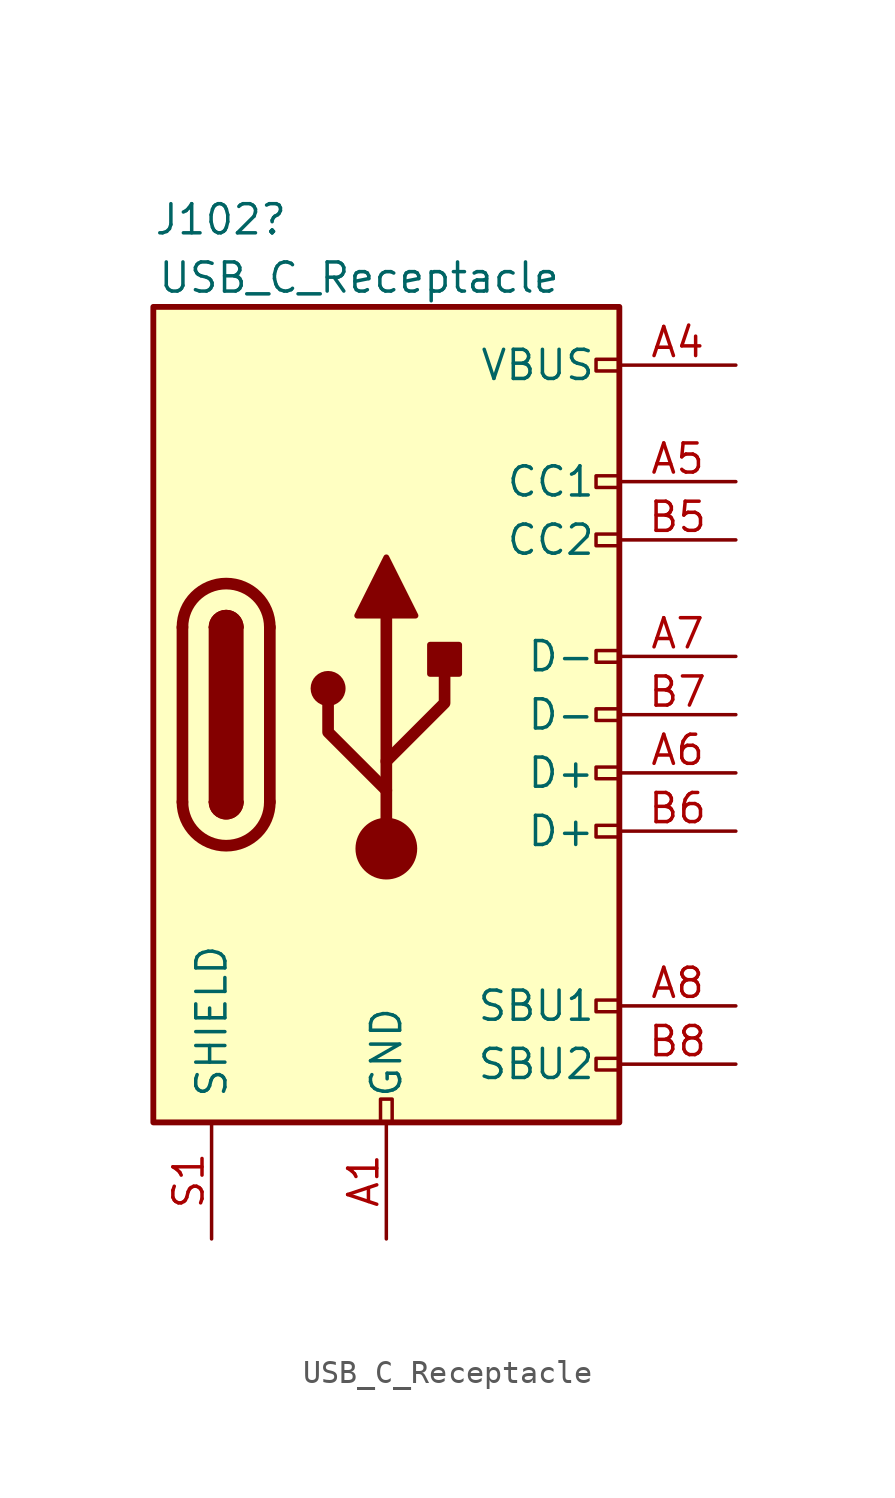
<source format=kicad_sym>
(kicad_symbol_lib
  (version 20211014)
  (generator kicad_symbol_editor)
  (symbol "USB_C_Receptacle"
    (pin_names
      (offset 1.016))
    (property "Reference" "J102"
      (at -10.16 21.59 0)
      (effects (font (size 1.27 1.27)) (justify left)))
    (property "Value" "USB_C_Receptacle"
      (at 7.62 19.05 0)
      (effects (font (size 1.27 1.27)) (justify right)))
    (symbol "USB_C_Receptacle_0_0"
      (rectangle (start -0.254 -17.78) (end 0.254 -16.764) (stroke (width 0) (type default) (color 0 0 0 0)) (fill (type none)))
      (rectangle (start 10.16 -14.986) (end 9.144 -15.494) (stroke (width 0) (type default) (color 0 0 0 0)) (fill (type none)))
      (rectangle (start 10.16 -12.446) (end 9.144 -12.954) (stroke (width 0) (type default) (color 0 0 0 0)) (fill (type none)))
      (rectangle (start 10.16 -4.826) (end 9.144 -5.334) (stroke (width 0) (type default) (color 0 0 0 0)) (fill (type none)))
      (rectangle (start 10.16 -2.286) (end 9.144 -2.794) (stroke (width 0) (type default) (color 0 0 0 0)) (fill (type none)))
      (rectangle (start 10.16 0.254) (end 9.144 -0.254) (stroke (width 0) (type default) (color 0 0 0 0)) (fill (type none)))
      (rectangle (start 10.16 2.794) (end 9.144 2.286) (stroke (width 0) (type default) (color 0 0 0 0)) (fill (type none)))
      (rectangle (start 10.16 7.874) (end 9.144 7.366) (stroke (width 0) (type default) (color 0 0 0 0)) (fill (type none)))
      (rectangle (start 10.16 10.414) (end 9.144 9.906) (stroke (width 0) (type default) (color 0 0 0 0)) (fill (type none)))
      (rectangle (start 10.16 15.494) (end 9.144 14.986) (stroke (width 0) (type default) (color 0 0 0 0)) (fill (type none))))
    (symbol "USB_C_Receptacle_0_1"
      (rectangle (start -10.16 17.78) (end 10.16 -17.78) (stroke (width 0.254) (type default) (color 0 0 0 0)) (fill (type background)))
      (arc (start -8.89 -3.81) (mid -6.985 -5.715) (end -5.08 -3.81) (stroke (width 0.508) (type default) (color 0 0 0 0)) (fill (type none)))
      (arc (start -7.62 -3.81) (mid -6.985 -4.445) (end -6.35 -3.81) (stroke (width 0.254) (type default) (color 0 0 0 0)) (fill (type none)))
      (arc (start -7.62 -3.81) (mid -6.985 -4.445) (end -6.35 -3.81) (stroke (width 0.254) (type default) (color 0 0 0 0)) (fill (type outline)))
      (rectangle (start -7.62 -3.81) (end -6.35 3.81) (stroke (width 0.254) (type default) (color 0 0 0 0)) (fill (type outline)))
      (arc (start -6.35 3.81) (mid -6.985 4.445) (end -7.62 3.81) (stroke (width 0.254) (type default) (color 0 0 0 0)) (fill (type none)))
      (arc (start -6.35 3.81) (mid -6.985 4.445) (end -7.62 3.81) (stroke (width 0.254) (type default) (color 0 0 0 0)) (fill (type outline)))
      (arc (start -5.08 3.81) (mid -6.985 5.715) (end -8.89 3.81) (stroke (width 0.508) (type default) (color 0 0 0 0)) (fill (type none)))
      (circle (center -2.54 1.143) (radius 0.635) (stroke (width 0.254) (type default) (color 0 0 0 0)) (fill (type outline)))
      (circle (center 0 -5.842) (radius 1.27) (stroke (width 0) (type default) (color 0 0 0 0)) (fill (type outline)))
      (polyline (pts (xy -8.89 -3.81) (xy -8.89 3.81)) (stroke (width 0.508) (type default) (color 0 0 0 0)) (fill (type none)))
      (polyline (pts (xy -5.08 3.81) (xy -5.08 -3.81)) (stroke (width 0.508) (type default) (color 0 0 0 0)) (fill (type none)))
      (polyline (pts (xy 0 -5.842) (xy 0 4.318)) (stroke (width 0.508) (type default) (color 0 0 0 0)) (fill (type none)))
      (polyline (pts (xy 0 -3.302) (xy -2.54 -0.762) (xy -2.54 0.508)) (stroke (width 0.508) (type default) (color 0 0 0 0)) (fill (type none)))
      (polyline (pts (xy 0 -2.032) (xy 2.54 0.508) (xy 2.54 1.778)) (stroke (width 0.508) (type default) (color 0 0 0 0)) (fill (type none)))
      (polyline (pts (xy -1.27 4.318) (xy 0 6.858) (xy 1.27 4.318) (xy -1.27 4.318)) (stroke (width 0.254) (type default) (color 0 0 0 0)) (fill (type outline)))
      (rectangle (start 1.905 1.778) (end 3.175 3.048) (stroke (width 0.254) (type default) (color 0 0 0 0)) (fill (type outline))))
    (symbol "USB_C_Receptacle_1_1"
      (pin passive line (at 0 -22.86 90) (length 5.08) (name "GND" (effects (font (size 1.27 1.27)))) (number "A1" (effects (font (size 1.27 1.27)))))
      (pin passive line (at 0 -22.86 90) (length 5.08) hide (name "GND" (effects (font (size 1.27 1.27)))) (number "A12" (effects (font (size 1.27 1.27)))))
      (pin passive line (at 15.24 15.24 180) (length 5.08) (name "VBUS" (effects (font (size 1.27 1.27)))) (number "A4" (effects (font (size 1.27 1.27)))))
      (pin bidirectional line (at 15.24 10.16 180) (length 5.08) (name "CC1" (effects (font (size 1.27 1.27)))) (number "A5" (effects (font (size 1.27 1.27)))))
      (pin bidirectional line (at 15.24 -2.54 180) (length 5.08) (name "D+" (effects (font (size 1.27 1.27)))) (number "A6" (effects (font (size 1.27 1.27)))))
      (pin bidirectional line (at 15.24 2.54 180) (length 5.08) (name "D-" (effects (font (size 1.27 1.27)))) (number "A7" (effects (font (size 1.27 1.27)))))
      (pin bidirectional line (at 15.24 -12.7 180) (length 5.08) (name "SBU1" (effects (font (size 1.27 1.27)))) (number "A8" (effects (font (size 1.27 1.27)))))
      (pin passive line (at 15.24 15.24 180) (length 5.08) hide (name "VBUS" (effects (font (size 1.27 1.27)))) (number "A9" (effects (font (size 1.27 1.27)))))
      (pin bidirectional line (at 15.24 7.62 180) (length 5.08) (name "CC2" (effects (font (size 1.27 1.27)))) (number "B5" (effects (font (size 1.27 1.27)))))
      (pin bidirectional line (at 15.24 -5.08 180) (length 5.08) (name "D+" (effects (font (size 1.27 1.27)))) (number "B6" (effects (font (size 1.27 1.27)))))
      (pin bidirectional line (at 15.24 0 180) (length 5.08) (name "D-" (effects (font (size 1.27 1.27)))) (number "B7" (effects (font (size 1.27 1.27)))))
      (pin bidirectional line (at 15.24 -15.24 180) (length 5.08) (name "SBU2" (effects (font (size 1.27 1.27)))) (number "B8" (effects (font (size 1.27 1.27)))))
      (pin passive line (at -7.62 -22.86 90) (length 5.08) (name "SHIELD" (effects (font (size 1.27 1.27)))) (number "S1" (effects (font (size 1.27 1.27))))))))
</source>
